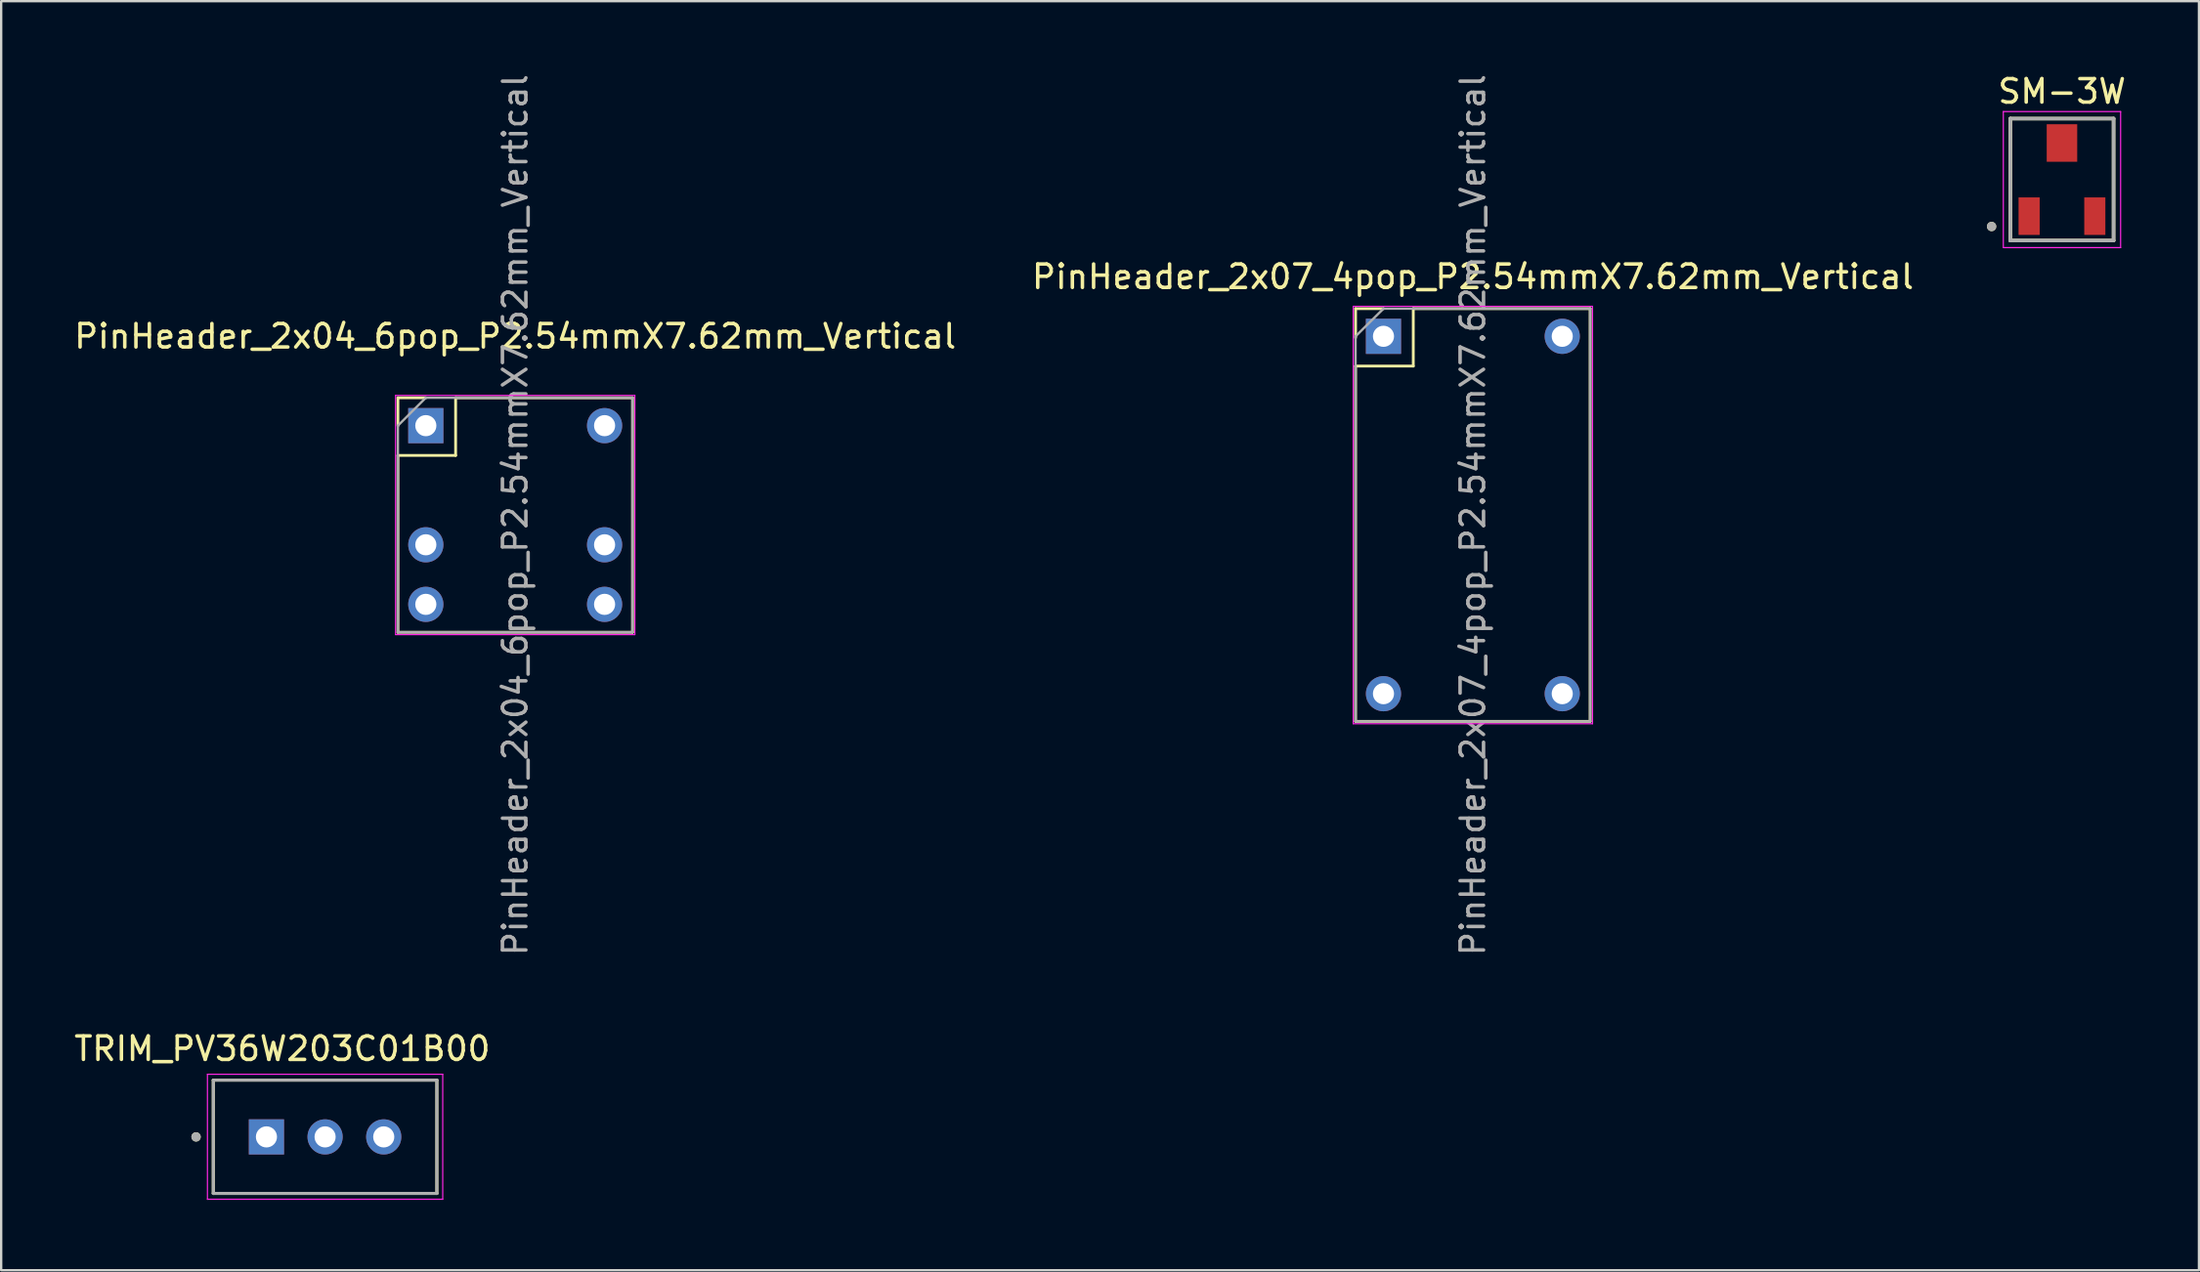
<source format=kicad_pcb>
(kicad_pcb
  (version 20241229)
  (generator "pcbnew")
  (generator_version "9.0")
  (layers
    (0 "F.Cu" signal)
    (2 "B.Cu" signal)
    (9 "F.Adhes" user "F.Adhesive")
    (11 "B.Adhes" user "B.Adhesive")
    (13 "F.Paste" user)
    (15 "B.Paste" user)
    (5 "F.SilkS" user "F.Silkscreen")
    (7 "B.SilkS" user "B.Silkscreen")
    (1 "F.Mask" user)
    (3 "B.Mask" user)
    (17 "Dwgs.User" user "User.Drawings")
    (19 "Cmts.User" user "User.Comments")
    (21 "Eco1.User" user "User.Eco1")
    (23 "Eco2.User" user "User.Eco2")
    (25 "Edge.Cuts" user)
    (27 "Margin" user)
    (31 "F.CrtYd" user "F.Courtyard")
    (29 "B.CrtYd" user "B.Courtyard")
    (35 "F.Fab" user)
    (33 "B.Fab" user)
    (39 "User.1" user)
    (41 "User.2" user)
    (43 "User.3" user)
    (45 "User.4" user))
  (footprint "TRIM_PV36W203C01B00"
    (layer "F.Cu")
    (at 10.807 45.43)
    (property "Reference" "TRIM_PV36W203C01B00" (at -1.825 -3.76 0) (layer "F.SilkS") (effects (font (size 1 1) (thickness 0.15))))
    (attr through_hole)
    (fp_line (start -4.765 -2.42) (end -4.765 2.41) (stroke (width 0.127) (type solid)) (layer "F.SilkS"))
    (fp_line (start -4.765 2.41) (end 4.765 2.41) (stroke (width 0.127) (type solid)) (layer "F.SilkS"))
    (fp_line (start 4.765 -2.42) (end -4.765 -2.42) (stroke (width 0.127) (type solid)) (layer "F.SilkS"))
    (fp_line (start 4.765 2.41) (end 4.765 -2.42) (stroke (width 0.127) (type solid)) (layer "F.SilkS"))
    (fp_circle (center -5.5 0) (end -5.4 0) (stroke (width 0.2) (type solid)) (fill no) (layer "F.SilkS"))
    (fp_line (start -5.015 -2.67) (end -5.015 2.66) (stroke (width 0.05) (type solid)) (layer "F.CrtYd"))
    (fp_line (start -5.015 2.66) (end 5.015 2.66) (stroke (width 0.05) (type solid)) (layer "F.CrtYd"))
    (fp_line (start 5.015 -2.67) (end -5.015 -2.67) (stroke (width 0.05) (type solid)) (layer "F.CrtYd"))
    (fp_line (start 5.015 2.66) (end 5.015 -2.67) (stroke (width 0.05) (type solid)) (layer "F.CrtYd"))
    (fp_line (start -4.765 -2.42) (end -4.765 2.41) (stroke (width 0.127) (type solid)) (layer "F.Fab"))
    (fp_line (start -4.765 2.41) (end 4.765 2.41) (stroke (width 0.127) (type solid)) (layer "F.Fab"))
    (fp_line (start 4.765 -2.42) (end -4.765 -2.42) (stroke (width 0.127) (type solid)) (layer "F.Fab"))
    (fp_line (start 4.765 2.41) (end 4.765 -2.42) (stroke (width 0.127) (type solid)) (layer "F.Fab"))
    (fp_circle (center -5.5 0) (end -5.4 0) (stroke (width 0.2) (type solid)) (fill no) (layer "F.Fab"))
    (pad "1" thru_hole rect (at -2.5 0) (size 1.5 1.5) (drill 0.9) (layers "*.Cu" "*.Mask"))
    (pad "2" thru_hole circle (at 0 0) (size 1.5 1.5) (drill 0.9) (layers "*.Cu" "*.Mask"))
    (pad "3" thru_hole circle (at 2.5 0) (size 1.5 1.5) (drill 0.9) (layers "*.Cu" "*.Mask")))
  (footprint "SM-3W"
    (layer "F.Cu")
    (at 84.843 4.608)
    (property "Reference" "SM-3W" (at 0 -3.76 0) (layer "F.SilkS") (effects (font (size 1 1) (thickness 0.15))))
    (attr through_hole)
    (fp_line (start -2.2 -2.6) (end -2.2 2.6) (stroke (width 0.15) (type solid)) (layer "F.SilkS"))
    (fp_line (start -2.2 2.6) (end 2.2 2.6) (stroke (width 0.15) (type solid)) (layer "F.SilkS"))
    (fp_line (start 2.2 -2.6) (end -2.2 -2.6) (stroke (width 0.15) (type solid)) (layer "F.SilkS"))
    (fp_line (start 2.2 2.6) (end 2.2 -2.6) (stroke (width 0.15) (type solid)) (layer "F.SilkS"))
    (fp_circle (center -3 2) (end -2.9 2) (stroke (width 0.2) (type solid)) (fill no) (layer "F.SilkS"))
    (fp_line (start -2.5 -2.9) (end -2.5 2.9) (stroke (width 0.05) (type solid)) (layer "F.CrtYd"))
    (fp_line (start -2.5 2.9) (end 2.5 2.9) (stroke (width 0.05) (type solid)) (layer "F.CrtYd"))
    (fp_line (start 2.5 -2.9) (end -2.5 -2.9) (stroke (width 0.05) (type solid)) (layer "F.CrtYd"))
    (fp_line (start 2.5 2.9) (end 2.5 -2.9) (stroke (width 0.05) (type solid)) (layer "F.CrtYd"))
    (fp_line (start -2.2 -2.6) (end -2.2 2.6) (stroke (width 0.15) (type solid)) (layer "F.Fab"))
    (fp_line (start -2.2 2.6) (end 2.2 2.6) (stroke (width 0.15) (type solid)) (layer "F.Fab"))
    (fp_line (start 2.2 -2.6) (end -2.2 -2.6) (stroke (width 0.15) (type solid)) (layer "F.Fab"))
    (fp_line (start 2.2 2.6) (end 2.2 -2.6) (stroke (width 0.15) (type solid)) (layer "F.Fab"))
    (fp_circle (center -3 2) (end -2.9 2) (stroke (width 0.2) (type solid)) (fill no) (layer "F.Fab"))
    (pad "1" smd rect (at -1.4 1.56) (size 0.9 1.6) (layers "F.Cu" "F.Mask" "F.Paste"))
    (pad "2" smd rect (at 0 -1.56) (size 1.3 1.6) (layers "F.Cu" "F.Mask" "F.Paste"))
    (pad "3" smd rect (at 1.4 1.56) (size 0.9 1.6) (layers "F.Cu" "F.Mask" "F.Paste")))
  (footprint "PinHeader_2x04_6pop_P2.54mmX7.62mm_Vertical"
    (layer "F.Cu")
    (at 18.911 18.911)
    (property "Reference" "PinHeader_2x04_6pop_P2.54mmX7.62mm_Vertical" (at 0 -7.62 0) (layer "F.SilkS") (effects (font (size 1 1) (thickness 0.15))))
    (attr through_hole)
    (fp_line (start -5 -5) (end -3.81 -5) (stroke (width 0.12) (type solid)) (layer "F.SilkS"))
    (fp_line (start -5 -3.81) (end -5 -5) (stroke (width 0.12) (type solid)) (layer "F.SilkS"))
    (fp_line (start -5 -2.54) (end -5 5) (stroke (width 0.12) (type solid)) (layer "F.SilkS"))
    (fp_line (start -5 -2.54) (end -2.54 -2.54) (stroke (width 0.12) (type solid)) (layer "F.SilkS"))
    (fp_line (start -5 5) (end 5 5) (stroke (width 0.12) (type solid)) (layer "F.SilkS"))
    (fp_line (start -2.54 -5) (end 5 -5) (stroke (width 0.12) (type solid)) (layer "F.SilkS"))
    (fp_line (start -2.54 -2.54) (end -2.54 -5) (stroke (width 0.12) (type solid)) (layer "F.SilkS"))
    (fp_line (start 5 -5) (end 5 5) (stroke (width 0.12) (type solid)) (layer "F.SilkS"))
    (fp_line (start -5.1 -5.1) (end -5.1 5.1) (stroke (width 0.05) (type solid)) (layer "F.CrtYd"))
    (fp_line (start -5.1 5.1) (end 5.1 5.1) (stroke (width 0.05) (type solid)) (layer "F.CrtYd"))
    (fp_line (start 5.1 -5.1) (end -5.1 -5.1) (stroke (width 0.05) (type solid)) (layer "F.CrtYd"))
    (fp_line (start 5.1 5.1) (end 5.1 -5.1) (stroke (width 0.05) (type solid)) (layer "F.CrtYd"))
    (fp_line (start -5 -3.81) (end -3.81 -5) (stroke (width 0.1) (type solid)) (layer "F.Fab"))
    (fp_line (start -5 5) (end -5 -3.81) (stroke (width 0.1) (type solid)) (layer "F.Fab"))
    (fp_line (start -3.81 -5) (end 5 -5) (stroke (width 0.1) (type solid)) (layer "F.Fab"))
    (fp_line (start 5 -5) (end 5 5) (stroke (width 0.1) (type solid)) (layer "F.Fab"))
    (fp_line (start 5 5) (end -5 5) (stroke (width 0.1) (type solid)) (layer "F.Fab"))
    (fp_text user "${REFERENCE}" (at 0 0 90) (layer "F.Fab") (effects (font (size 1 1) (thickness 0.15))))
    (pad "1" thru_hole rect (at -3.81 -3.81) (size 1.5 1.5) (drill 0.9) (layers "*.Cu" "*.Mask"))
    (pad "2" thru_hole circle (at -3.81 1.27) (size 1.5 1.5) (drill 0.9) (layers "*.Cu" "*.Mask"))
    (pad "3" thru_hole circle (at -3.81 3.81) (size 1.5 1.5) (drill 0.9) (layers "*.Cu" "*.Mask"))
    (pad "4" thru_hole circle (at 3.81 3.81) (size 1.5 1.5) (drill 0.9) (layers "*.Cu" "*.Mask"))
    (pad "5" thru_hole circle (at 3.81 1.27) (size 1.5 1.5) (drill 0.9) (layers "*.Cu" "*.Mask"))
    (pad "6" thru_hole circle (at 3.81 -3.81) (size 1.5 1.5) (drill 0.9) (layers "*.Cu" "*.Mask")))
  (footprint "PinHeader_2x07_4pop_P2.54mmX7.62mm_Vertical"
    (layer "F.Cu")
    (at 59.732 18.911)
    (property "Reference" "PinHeader_2x07_4pop_P2.54mmX7.62mm_Vertical" (at 0 -10.16 0) (layer "F.SilkS") (effects (font (size 1 1) (thickness 0.15))))
    (attr through_hole)
    (fp_line (start -5 -8.8) (end -3.81 -8.8) (stroke (width 0.12) (type solid)) (layer "F.SilkS"))
    (fp_line (start -5 -7.56) (end -5 -8.8) (stroke (width 0.12) (type solid)) (layer "F.SilkS"))
    (fp_line (start -5 -6.35) (end -5 8.8) (stroke (width 0.12) (type solid)) (layer "F.SilkS"))
    (fp_line (start -5 -6.35) (end -2.54 -6.35) (stroke (width 0.12) (type solid)) (layer "F.SilkS"))
    (fp_line (start -5 8.8) (end 5 8.8) (stroke (width 0.12) (type solid)) (layer "F.SilkS"))
    (fp_line (start -2.54 -8.8) (end 5 -8.8) (stroke (width 0.12) (type solid)) (layer "F.SilkS"))
    (fp_line (start -2.54 -6.35) (end -2.54 -8.8) (stroke (width 0.12) (type solid)) (layer "F.SilkS"))
    (fp_line (start 5 -8.8) (end 5 8.8) (stroke (width 0.12) (type solid)) (layer "F.SilkS"))
    (fp_line (start -5.1 -8.9) (end -5.1 8.9) (stroke (width 0.05) (type solid)) (layer "F.CrtYd"))
    (fp_line (start -5.1 8.9) (end 5.1 8.9) (stroke (width 0.05) (type solid)) (layer "F.CrtYd"))
    (fp_line (start 5.1 -8.9) (end -5.1 -8.9) (stroke (width 0.05) (type solid)) (layer "F.CrtYd"))
    (fp_line (start 5.1 8.9) (end 5.1 -8.9) (stroke (width 0.05) (type solid)) (layer "F.CrtYd"))
    (fp_line (start -5 -7.62) (end -3.81 -8.8) (stroke (width 0.1) (type solid)) (layer "F.Fab"))
    (fp_line (start -5 8.8) (end -5 -7.62) (stroke (width 0.1) (type solid)) (layer "F.Fab"))
    (fp_line (start -3.81 -8.8) (end 5 -8.8) (stroke (width 0.1) (type solid)) (layer "F.Fab"))
    (fp_line (start 5 -8.8) (end 5 8.8) (stroke (width 0.1) (type solid)) (layer "F.Fab"))
    (fp_line (start 5 8.8) (end -5 8.8) (stroke (width 0.1) (type solid)) (layer "F.Fab"))
    (fp_text user "${REFERENCE}" (at 0 0 90) (layer "F.Fab") (effects (font (size 1 1) (thickness 0.15))))
    (pad "1" thru_hole rect (at -3.81 -7.62) (size 1.5 1.5) (drill 0.9) (layers "*.Cu" "*.Mask"))
    (pad "2" thru_hole circle (at -3.81 7.62) (size 1.5 1.5) (drill 0.9) (layers "*.Cu" "*.Mask"))
    (pad "3" thru_hole circle (at 3.81 7.62) (size 1.5 1.5) (drill 0.9) (layers "*.Cu" "*.Mask"))
    (pad "4" thru_hole circle (at 3.81 -7.62) (size 1.5 1.5) (drill 0.9) (layers "*.Cu" "*.Mask")))
  (gr_rect
    (start -3 -3)
    (end 90.682 51.115)
    (stroke (width 0.1) (type default))
    (fill no)
    (layer "Edge.Cuts")))
</source>
